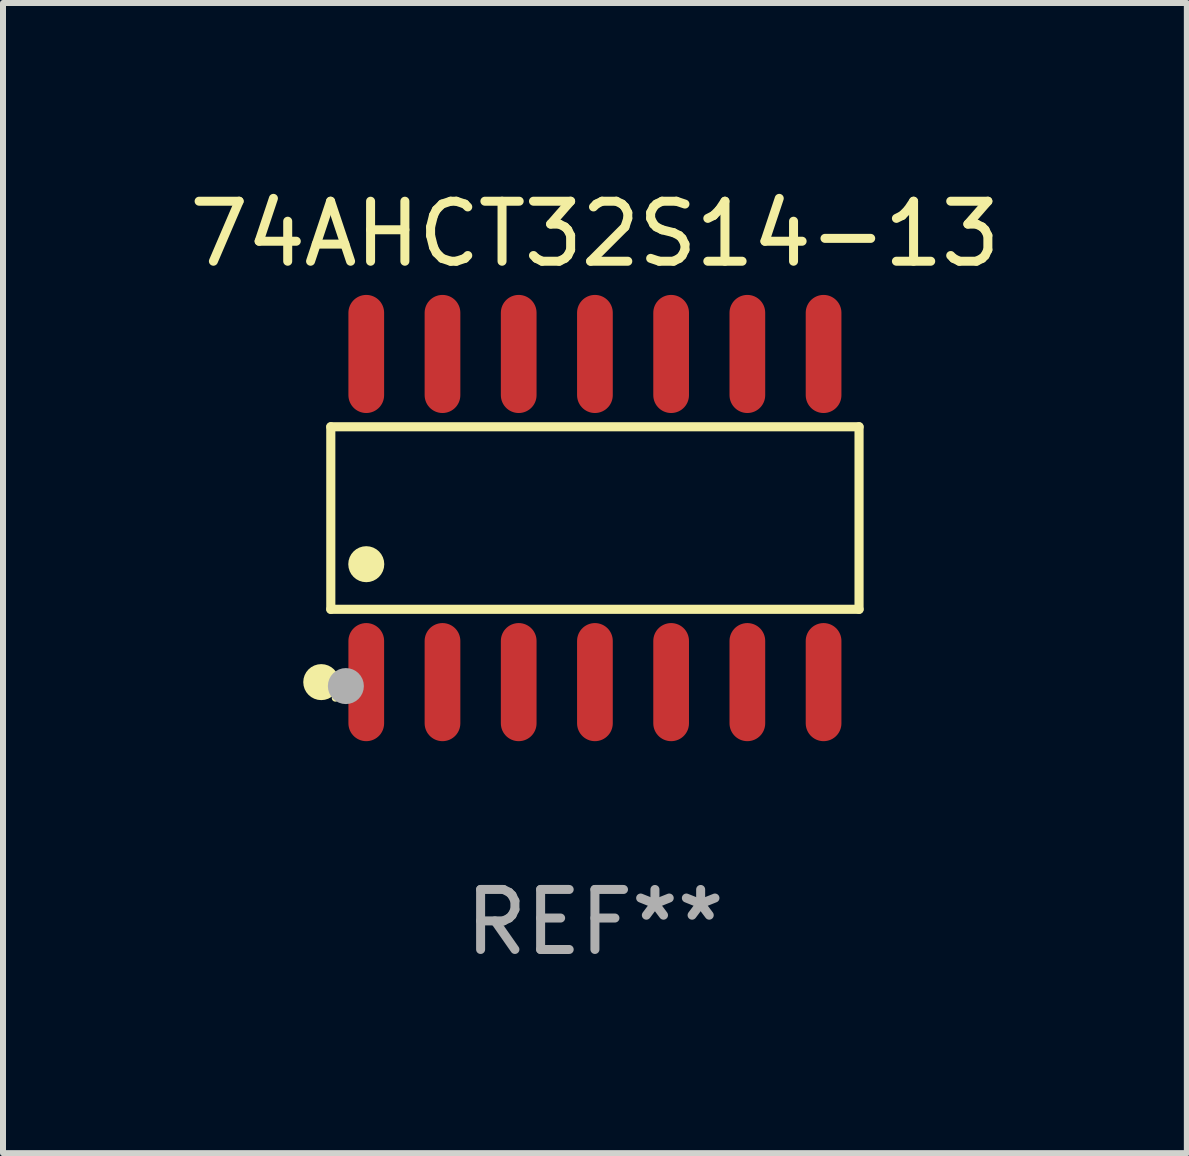
<source format=kicad_pcb>
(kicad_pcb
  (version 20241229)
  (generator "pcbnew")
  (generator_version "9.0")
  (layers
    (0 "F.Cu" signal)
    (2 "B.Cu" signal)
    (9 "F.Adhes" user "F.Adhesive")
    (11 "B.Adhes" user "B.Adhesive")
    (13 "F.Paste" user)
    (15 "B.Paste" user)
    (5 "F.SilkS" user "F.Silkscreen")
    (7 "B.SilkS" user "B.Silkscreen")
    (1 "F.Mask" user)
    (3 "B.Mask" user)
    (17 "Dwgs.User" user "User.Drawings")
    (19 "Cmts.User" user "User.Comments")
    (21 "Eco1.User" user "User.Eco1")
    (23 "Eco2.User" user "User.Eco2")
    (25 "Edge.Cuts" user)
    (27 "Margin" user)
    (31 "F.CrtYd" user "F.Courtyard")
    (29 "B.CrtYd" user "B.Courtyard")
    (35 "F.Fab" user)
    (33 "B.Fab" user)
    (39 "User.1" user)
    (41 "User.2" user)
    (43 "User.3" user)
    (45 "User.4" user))
  (footprint "74AHCT32S14-13"
    (layer "F.Cu")
    (at 6.863 5.582)
    (property "Reference" "74AHCT32S14-13" (at 0 -4.734 0) (layer "F.SilkS") (effects (font (size 1 1) (thickness 0.15))))
    (attr through_hole)
    (fp_line (start -4.401 -1.521) (end 4.401 -1.521) (stroke (width 0.152) (type solid)) (layer "F.SilkS"))
    (fp_line (start -4.401 1.521) (end -4.401 -1.521) (stroke (width 0.152) (type solid)) (layer "F.SilkS"))
    (fp_line (start 4.401 -1.521) (end 4.401 1.521) (stroke (width 0.152) (type solid)) (layer "F.SilkS"))
    (fp_line (start 4.401 1.521) (end -4.401 1.521) (stroke (width 0.152) (type solid)) (layer "F.SilkS"))
    (fp_circle (center -4.56 2.734) (end -4.41 2.734) (stroke (width 0.3) (type solid)) (fill no) (layer "F.SilkS"))
    (fp_circle (center -4.325 3) (end -4.295 3) (stroke (width 0.06) (type solid)) (fill no) (layer "F.SilkS"))
    (fp_circle (center -3.81 0.769) (end -3.66 0.769) (stroke (width 0.3) (type solid)) (fill no) (layer "F.SilkS"))
    (fp_circle (center -4.15 2.8) (end -4 2.8) (stroke (width 0.3) (type solid)) (fill no) (layer "F.Fab"))
    (fp_text user "REF**" (at 0 6.734 0) (layer "F.Fab") (effects (font (size 1 1) (thickness 0.15))))
    (pad "1" smd oval (at -3.81 2.734) (size 0.595 1.968) (layers "F.Cu" "F.Mask" "F.Paste"))
    (pad "2" smd oval (at -2.54 2.734) (size 0.595 1.968) (layers "F.Cu" "F.Mask" "F.Paste"))
    (pad "3" smd oval (at -1.27 2.734) (size 0.595 1.968) (layers "F.Cu" "F.Mask" "F.Paste"))
    (pad "4" smd oval (at 0 2.734) (size 0.595 1.968) (layers "F.Cu" "F.Mask" "F.Paste"))
    (pad "5" smd oval (at 1.27 2.734) (size 0.595 1.968) (layers "F.Cu" "F.Mask" "F.Paste"))
    (pad "6" smd oval (at 2.54 2.734) (size 0.595 1.968) (layers "F.Cu" "F.Mask" "F.Paste"))
    (pad "7" smd oval (at 3.81 2.734) (size 0.595 1.968) (layers "F.Cu" "F.Mask" "F.Paste"))
    (pad "8" smd oval (at 3.81 -2.734) (size 0.595 1.968) (layers "F.Cu" "F.Mask" "F.Paste"))
    (pad "9" smd oval (at 2.54 -2.734) (size 0.595 1.968) (layers "F.Cu" "F.Mask" "F.Paste"))
    (pad "10" smd oval (at 1.27 -2.734) (size 0.595 1.968) (layers "F.Cu" "F.Mask" "F.Paste"))
    (pad "11" smd oval (at 0 -2.734) (size 0.595 1.968) (layers "F.Cu" "F.Mask" "F.Paste"))
    (pad "12" smd oval (at -1.27 -2.734) (size 0.595 1.968) (layers "F.Cu" "F.Mask" "F.Paste"))
    (pad "13" smd oval (at -2.54 -2.734) (size 0.595 1.968) (layers "F.Cu" "F.Mask" "F.Paste"))
    (pad "14" smd oval (at -3.81 -2.734) (size 0.595 1.968) (layers "F.Cu" "F.Mask" "F.Paste")))
  (gr_rect
    (start -3 -3)
    (end 16.726 16.164)
    (stroke (width 0.1) (type default))
    (fill no)
    (layer "Edge.Cuts")))
</source>
